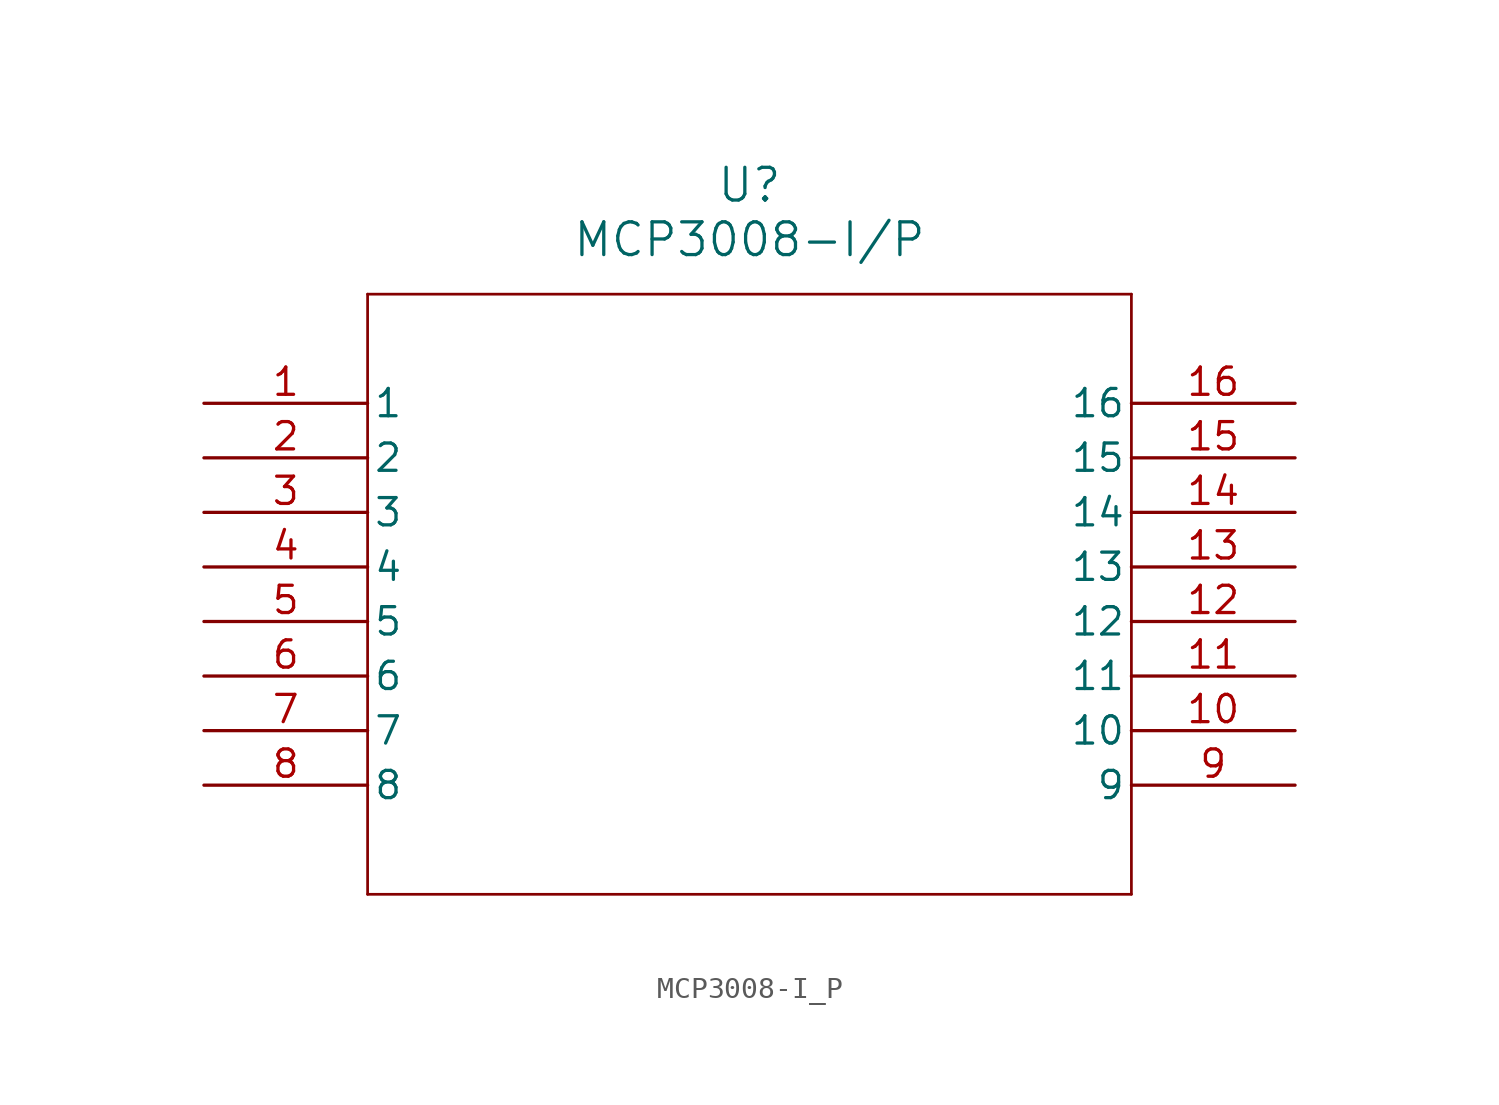
<source format=kicad_sym>
(kicad_symbol_lib
  (version 20211014)
  (generator kicad_symbol_editor)
  (symbol "MCP3008-I_P"
    (pin_names
      (offset 0.254))
    (property "Reference" "U"
      (at 25.4 10.16 0)
      (effects (font (size 1.524 1.524))))
    (property "Value" "MCP3008-I/P"
      (at 25.4 7.62 0)
      (effects (font (size 1.524 1.524))))
    (symbol "MCP3008-I_P_0_1"
      (polyline (pts (xy 7.62 5.08) (xy 7.62 -22.86)) (stroke (width 0.127) (type default) (color 0 0 0 0)) (fill (type none)))
      (polyline (pts (xy 7.62 -22.86) (xy 43.18 -22.86)) (stroke (width 0.127) (type default) (color 0 0 0 0)) (fill (type none)))
      (polyline (pts (xy 43.18 -22.86) (xy 43.18 5.08)) (stroke (width 0.127) (type default) (color 0 0 0 0)) (fill (type none)))
      (polyline (pts (xy 43.18 5.08) (xy 7.62 5.08)) (stroke (width 0.127) (type default) (color 0 0 0 0)) (fill (type none)))
      (pin unspecified line (at 0 0 0) (length 7.62) (name "1" (effects (font (size 1.27 1.27)))) (number "1" (effects (font (size 1.27 1.27)))))
      (pin unspecified line (at 0 -2.54 0) (length 7.62) (name "2" (effects (font (size 1.27 1.27)))) (number "2" (effects (font (size 1.27 1.27)))))
      (pin unspecified line (at 0 -5.08 0) (length 7.62) (name "3" (effects (font (size 1.27 1.27)))) (number "3" (effects (font (size 1.27 1.27)))))
      (pin unspecified line (at 0 -7.62 0) (length 7.62) (name "4" (effects (font (size 1.27 1.27)))) (number "4" (effects (font (size 1.27 1.27)))))
      (pin unspecified line (at 0 -10.16 0) (length 7.62) (name "5" (effects (font (size 1.27 1.27)))) (number "5" (effects (font (size 1.27 1.27)))))
      (pin unspecified line (at 0 -12.7 0) (length 7.62) (name "6" (effects (font (size 1.27 1.27)))) (number "6" (effects (font (size 1.27 1.27)))))
      (pin unspecified line (at 0 -15.24 0) (length 7.62) (name "7" (effects (font (size 1.27 1.27)))) (number "7" (effects (font (size 1.27 1.27)))))
      (pin unspecified line (at 0 -17.78 0) (length 7.62) (name "8" (effects (font (size 1.27 1.27)))) (number "8" (effects (font (size 1.27 1.27)))))
      (pin unspecified line (at 50.8 -17.78 180) (length 7.62) (name "9" (effects (font (size 1.27 1.27)))) (number "9" (effects (font (size 1.27 1.27)))))
      (pin unspecified line (at 50.8 -15.24 180) (length 7.62) (name "10" (effects (font (size 1.27 1.27)))) (number "10" (effects (font (size 1.27 1.27)))))
      (pin unspecified line (at 50.8 -12.7 180) (length 7.62) (name "11" (effects (font (size 1.27 1.27)))) (number "11" (effects (font (size 1.27 1.27)))))
      (pin unspecified line (at 50.8 -10.16 180) (length 7.62) (name "12" (effects (font (size 1.27 1.27)))) (number "12" (effects (font (size 1.27 1.27)))))
      (pin unspecified line (at 50.8 -7.62 180) (length 7.62) (name "13" (effects (font (size 1.27 1.27)))) (number "13" (effects (font (size 1.27 1.27)))))
      (pin unspecified line (at 50.8 -5.08 180) (length 7.62) (name "14" (effects (font (size 1.27 1.27)))) (number "14" (effects (font (size 1.27 1.27)))))
      (pin unspecified line (at 50.8 -2.54 180) (length 7.62) (name "15" (effects (font (size 1.27 1.27)))) (number "15" (effects (font (size 1.27 1.27)))))
      (pin unspecified line (at 50.8 0 180) (length 7.62) (name "16" (effects (font (size 1.27 1.27)))) (number "16" (effects (font (size 1.27 1.27))))))))
</source>
